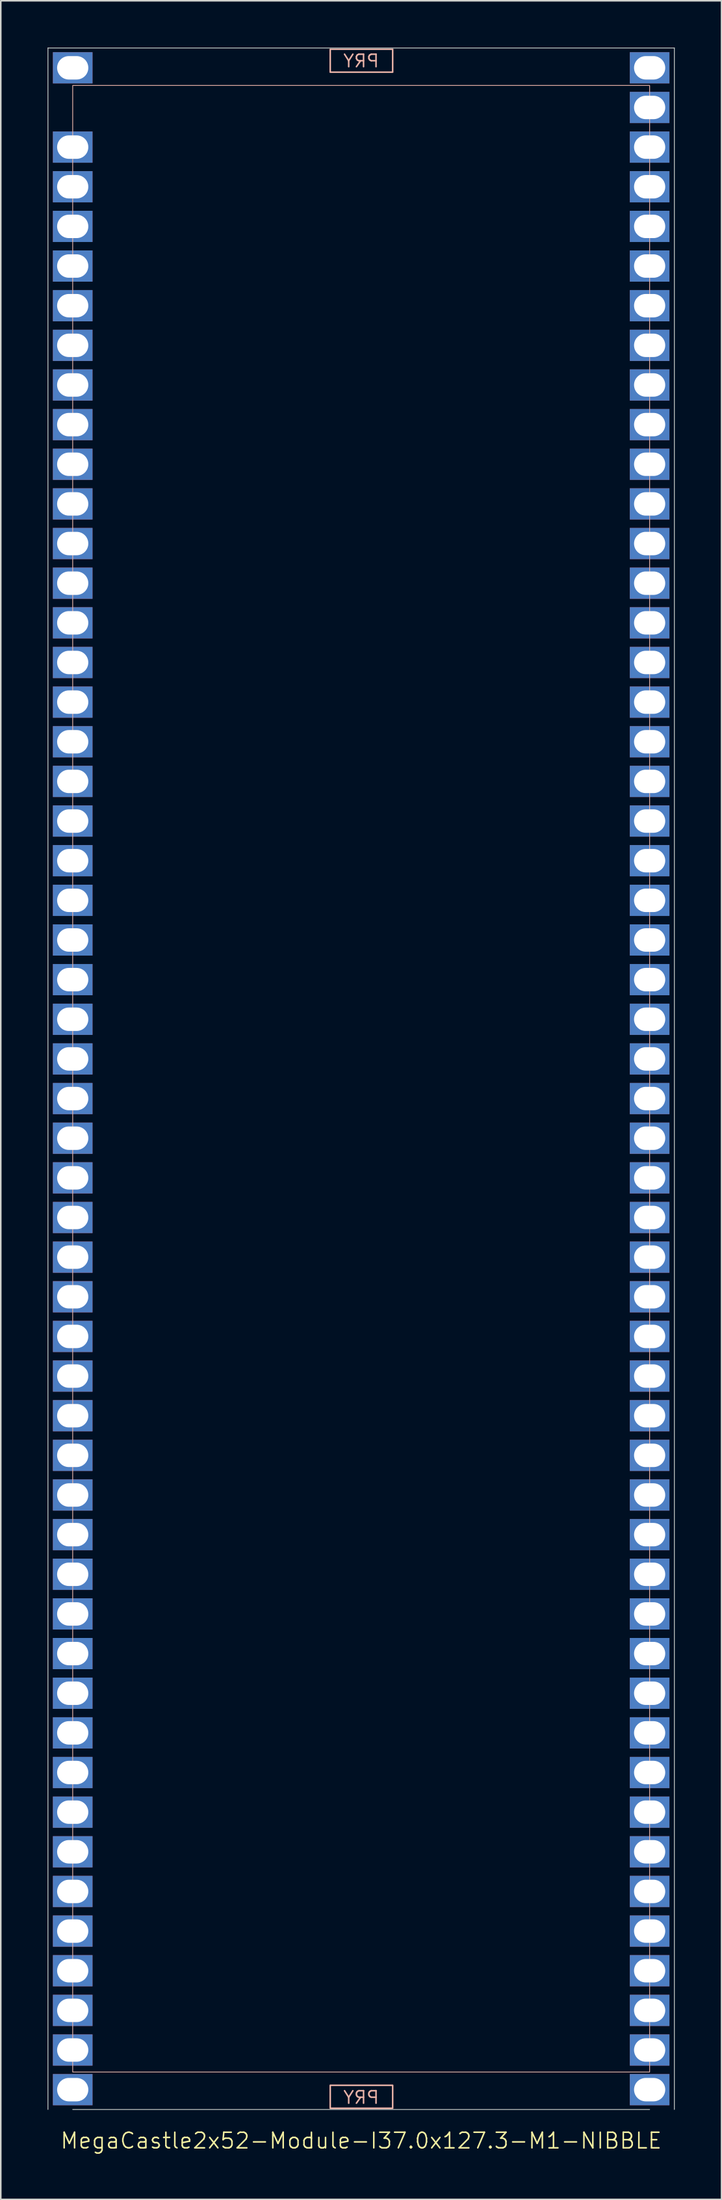
<source format=kicad_pcb>
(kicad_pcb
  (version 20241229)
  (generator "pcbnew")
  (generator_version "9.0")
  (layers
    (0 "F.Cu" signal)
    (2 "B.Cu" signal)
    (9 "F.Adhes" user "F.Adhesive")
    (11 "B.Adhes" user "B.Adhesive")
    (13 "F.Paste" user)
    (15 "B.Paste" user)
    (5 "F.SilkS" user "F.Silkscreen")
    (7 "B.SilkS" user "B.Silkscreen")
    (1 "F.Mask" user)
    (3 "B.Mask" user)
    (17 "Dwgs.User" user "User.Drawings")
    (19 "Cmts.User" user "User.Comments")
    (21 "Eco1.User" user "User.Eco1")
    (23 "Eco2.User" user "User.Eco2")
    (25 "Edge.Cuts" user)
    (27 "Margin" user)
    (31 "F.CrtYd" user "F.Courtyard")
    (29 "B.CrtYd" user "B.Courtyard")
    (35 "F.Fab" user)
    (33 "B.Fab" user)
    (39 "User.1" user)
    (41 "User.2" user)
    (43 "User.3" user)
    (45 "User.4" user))
  (footprint "MegaCastle2x52-Module-I37.0x127.3-M1-NIBBLE"
    (layer "F.Cu")
    (at 20.113 66.065)
    (property "Reference" "MegaCastle2x52-Module-I37.0x127.3-M1-NIBBLE" (at 0 68.04 0) (unlocked yes) (layer "F.SilkS") (effects (font (size 1 1) (thickness 0.1))))
    (attr smd)
    (fp_rect (start -18.5 63.64) (end 18.5 -63.64) (stroke (width 0.05) (type default)) (fill no) (layer "B.SilkS"))
    (fp_rect (start -1.984 -64.491) (end 2.02 -65.96) (stroke (width 0.1) (type default)) (fill no) (layer "B.SilkS"))
    (fp_rect (start -1.984 64.491) (end 2.02 65.96) (stroke (width 0.1) (type default)) (fill no) (layer "B.SilkS"))
    (fp_line (start -20.087 -66.04) (end -20.087 66.04) (stroke (width 0.05) (type default)) (layer "Edge.Cuts"))
    (fp_line (start -20.087 -66.04) (end 20.087 -66.04) (stroke (width 0.05) (type default)) (layer "Edge.Cuts"))
    (fp_line (start -18.5 66.04) (end 18.5 66.04) (stroke (width 0.05) (type default)) (layer "Edge.Cuts"))
    (fp_line (start 20.087 -66.04) (end 20.087 66.04) (stroke (width 0.05) (type default)) (layer "Edge.Cuts"))
    (fp_text user "PRY" (at 0 65.74 0) (unlocked yes) (layer "B.SilkS") (effects (font (size 0.8 0.8) (thickness 0.1)) (justify bottom mirror)))
    (fp_text user "PRY" (at 0 -64.74 0) (unlocked yes) (layer "B.SilkS") (effects (font (size 0.8 0.8) (thickness 0.1)) (justify bottom mirror)))
    (pad "1" thru_hole rect (at -18.5 -64.77) (size 2.54 2) (drill oval 2 1.5) (property pad_prop_castellated) (layers "*.Cu" "*.Mask"))
    (pad "3" thru_hole rect (at -18.5 -59.69) (size 2.54 2) (drill oval 2 1.5) (property pad_prop_castellated) (layers "*.Cu" "*.Mask"))
    (pad "4" thru_hole rect (at -18.5 -57.15) (size 2.54 2) (drill oval 2 1.5) (property pad_prop_castellated) (layers "*.Cu" "*.Mask"))
    (pad "5" thru_hole rect (at -18.5 -54.61) (size 2.54 2) (drill oval 2 1.5) (property pad_prop_castellated) (layers "*.Cu" "*.Mask"))
    (pad "6" thru_hole rect (at -18.5 -52.07) (size 2.54 2) (drill oval 2 1.5) (property pad_prop_castellated) (layers "*.Cu" "*.Mask"))
    (pad "7" thru_hole rect (at -18.5 -49.53) (size 2.54 2) (drill oval 2 1.5) (property pad_prop_castellated) (layers "*.Cu" "*.Mask"))
    (pad "8" thru_hole rect (at -18.5 -46.99) (size 2.54 2) (drill oval 2 1.5) (property pad_prop_castellated) (layers "*.Cu" "*.Mask"))
    (pad "9" thru_hole rect (at -18.5 -44.45) (size 2.54 2) (drill oval 2 1.5) (property pad_prop_castellated) (layers "*.Cu" "*.Mask"))
    (pad "10" thru_hole rect (at -18.5 -41.91) (size 2.54 2) (drill oval 2 1.5) (property pad_prop_castellated) (layers "*.Cu" "*.Mask"))
    (pad "11" thru_hole rect (at -18.5 -39.37) (size 2.54 2) (drill oval 2 1.5) (property pad_prop_castellated) (layers "*.Cu" "*.Mask"))
    (pad "12" thru_hole rect (at -18.5 -36.83) (size 2.54 2) (drill oval 2 1.5) (property pad_prop_castellated) (layers "*.Cu" "*.Mask"))
    (pad "13" thru_hole rect (at -18.5 -34.29) (size 2.54 2) (drill oval 2 1.5) (property pad_prop_castellated) (layers "*.Cu" "*.Mask"))
    (pad "14" thru_hole rect (at -18.5 -31.75) (size 2.54 2) (drill oval 2 1.5) (property pad_prop_castellated) (layers "*.Cu" "*.Mask"))
    (pad "15" thru_hole rect (at -18.5 -29.21) (size 2.54 2) (drill oval 2 1.5) (property pad_prop_castellated) (layers "*.Cu" "*.Mask"))
    (pad "16" thru_hole rect (at -18.5 -26.67) (size 2.54 2) (drill oval 2 1.5) (property pad_prop_castellated) (layers "*.Cu" "*.Mask"))
    (pad "17" thru_hole rect (at -18.5 -24.13) (size 2.54 2) (drill oval 2 1.5) (property pad_prop_castellated) (layers "*.Cu" "*.Mask"))
    (pad "18" thru_hole rect (at -18.5 -21.59) (size 2.54 2) (drill oval 2 1.5) (property pad_prop_castellated) (layers "*.Cu" "*.Mask"))
    (pad "19" thru_hole rect (at -18.5 -19.05) (size 2.54 2) (drill oval 2 1.5) (property pad_prop_castellated) (layers "*.Cu" "*.Mask"))
    (pad "20" thru_hole rect (at -18.5 -16.51) (size 2.54 2) (drill oval 2 1.5) (property pad_prop_castellated) (layers "*.Cu" "*.Mask"))
    (pad "21" thru_hole rect (at -18.5 -13.97) (size 2.54 2) (drill oval 2 1.5) (property pad_prop_castellated) (layers "*.Cu" "*.Mask"))
    (pad "22" thru_hole rect (at -18.5 -11.43) (size 2.54 2) (drill oval 2 1.5) (property pad_prop_castellated) (layers "*.Cu" "*.Mask"))
    (pad "23" thru_hole rect (at -18.5 -8.89) (size 2.54 2) (drill oval 2 1.5) (property pad_prop_castellated) (layers "*.Cu" "*.Mask"))
    (pad "24" thru_hole rect (at -18.5 -6.35) (size 2.54 2) (drill oval 2 1.5) (property pad_prop_castellated) (layers "*.Cu" "*.Mask"))
    (pad "25" thru_hole rect (at -18.5 -3.81) (size 2.54 2) (drill oval 2 1.5) (property pad_prop_castellated) (layers "*.Cu" "*.Mask"))
    (pad "26" thru_hole rect (at -18.5 -1.27) (size 2.54 2) (drill oval 2 1.5) (property pad_prop_castellated) (layers "*.Cu" "*.Mask"))
    (pad "27" thru_hole rect (at -18.5 1.27) (size 2.54 2) (drill oval 2 1.5) (property pad_prop_castellated) (layers "*.Cu" "*.Mask"))
    (pad "28" thru_hole rect (at -18.5 3.81) (size 2.54 2) (drill oval 2 1.5) (property pad_prop_castellated) (layers "*.Cu" "*.Mask"))
    (pad "29" thru_hole rect (at -18.5 6.35) (size 2.54 2) (drill oval 2 1.5) (property pad_prop_castellated) (layers "*.Cu" "*.Mask"))
    (pad "30" thru_hole rect (at -18.5 8.89) (size 2.54 2) (drill oval 2 1.5) (property pad_prop_castellated) (layers "*.Cu" "*.Mask"))
    (pad "31" thru_hole rect (at -18.5 11.43) (size 2.54 2) (drill oval 2 1.5) (property pad_prop_castellated) (layers "*.Cu" "*.Mask"))
    (pad "32" thru_hole rect (at -18.5 13.97) (size 2.54 2) (drill oval 2 1.5) (property pad_prop_castellated) (layers "*.Cu" "*.Mask"))
    (pad "33" thru_hole rect (at -18.5 16.51) (size 2.54 2) (drill oval 2 1.5) (property pad_prop_castellated) (layers "*.Cu" "*.Mask"))
    (pad "34" thru_hole rect (at -18.5 19.05) (size 2.54 2) (drill oval 2 1.5) (property pad_prop_castellated) (layers "*.Cu" "*.Mask"))
    (pad "35" thru_hole rect (at -18.5 21.59) (size 2.54 2) (drill oval 2 1.5) (property pad_prop_castellated) (layers "*.Cu" "*.Mask"))
    (pad "36" thru_hole rect (at -18.5 24.13) (size 2.54 2) (drill oval 2 1.5) (property pad_prop_castellated) (layers "*.Cu" "*.Mask"))
    (pad "37" thru_hole rect (at -18.5 26.67) (size 2.54 2) (drill oval 2 1.5) (property pad_prop_castellated) (layers "*.Cu" "*.Mask"))
    (pad "38" thru_hole rect (at -18.5 29.21) (size 2.54 2) (drill oval 2 1.5) (property pad_prop_castellated) (layers "*.Cu" "*.Mask"))
    (pad "39" thru_hole rect (at -18.5 31.75) (size 2.54 2) (drill oval 2 1.5) (property pad_prop_castellated) (layers "*.Cu" "*.Mask"))
    (pad "40" thru_hole rect (at -18.5 34.29) (size 2.54 2) (drill oval 2 1.5) (property pad_prop_castellated) (layers "*.Cu" "*.Mask"))
    (pad "41" thru_hole rect (at -18.5 36.83) (size 2.54 2) (drill oval 2 1.5) (property pad_prop_castellated) (layers "*.Cu" "*.Mask"))
    (pad "42" thru_hole rect (at -18.5 39.37) (size 2.54 2) (drill oval 2 1.5) (property pad_prop_castellated) (layers "*.Cu" "*.Mask"))
    (pad "43" thru_hole rect (at -18.5 41.91) (size 2.54 2) (drill oval 2 1.5) (property pad_prop_castellated) (layers "*.Cu" "*.Mask"))
    (pad "44" thru_hole rect (at -18.5 44.45) (size 2.54 2) (drill oval 2 1.5) (property pad_prop_castellated) (layers "*.Cu" "*.Mask"))
    (pad "45" thru_hole rect (at -18.5 46.99) (size 2.54 2) (drill oval 2 1.5) (property pad_prop_castellated) (layers "*.Cu" "*.Mask"))
    (pad "46" thru_hole rect (at -18.5 49.53) (size 2.54 2) (drill oval 2 1.5) (property pad_prop_castellated) (layers "*.Cu" "*.Mask"))
    (pad "47" thru_hole rect (at -18.5 52.07) (size 2.54 2) (drill oval 2 1.5) (property pad_prop_castellated) (layers "*.Cu" "*.Mask"))
    (pad "48" thru_hole rect (at -18.5 54.61) (size 2.54 2) (drill oval 2 1.5) (property pad_prop_castellated) (layers "*.Cu" "*.Mask"))
    (pad "49" thru_hole rect (at -18.5 57.15) (size 2.54 2) (drill oval 2 1.5) (property pad_prop_castellated) (layers "*.Cu" "*.Mask"))
    (pad "50" thru_hole rect (at -18.5 59.69) (size 2.54 2) (drill oval 2 1.5) (property pad_prop_castellated) (layers "*.Cu" "*.Mask"))
    (pad "51" thru_hole rect (at -18.5 62.23) (size 2.54 2) (drill oval 2 1.5) (property pad_prop_castellated) (layers "*.Cu" "*.Mask"))
    (pad "52" thru_hole rect (at -18.5 64.77) (size 2.54 2) (drill oval 2 1.5) (property pad_prop_castellated) (layers "*.Cu" "*.Mask"))
    (pad "53" thru_hole rect (at 18.5 -64.77) (size 2.54 2) (drill oval 2 1.5) (property pad_prop_castellated) (layers "*.Cu" "*.Mask"))
    (pad "54" thru_hole rect (at 18.5 -62.23) (size 2.54 2) (drill oval 2 1.5) (property pad_prop_castellated) (layers "*.Cu" "*.Mask"))
    (pad "55" thru_hole rect (at 18.5 -59.69) (size 2.54 2) (drill oval 2 1.5) (property pad_prop_castellated) (layers "*.Cu" "*.Mask"))
    (pad "56" thru_hole rect (at 18.5 -57.15) (size 2.54 2) (drill oval 2 1.5) (property pad_prop_castellated) (layers "*.Cu" "*.Mask"))
    (pad "57" thru_hole rect (at 18.5 -54.61) (size 2.54 2) (drill oval 2 1.5) (property pad_prop_castellated) (layers "*.Cu" "*.Mask"))
    (pad "58" thru_hole rect (at 18.5 -52.07) (size 2.54 2) (drill oval 2 1.5) (property pad_prop_castellated) (layers "*.Cu" "*.Mask"))
    (pad "59" thru_hole rect (at 18.5 -49.53) (size 2.54 2) (drill oval 2 1.5) (property pad_prop_castellated) (layers "*.Cu" "*.Mask"))
    (pad "60" thru_hole rect (at 18.5 -46.99) (size 2.54 2) (drill oval 2 1.5) (property pad_prop_castellated) (layers "*.Cu" "*.Mask"))
    (pad "61" thru_hole rect (at 18.5 -44.45) (size 2.54 2) (drill oval 2 1.5) (property pad_prop_castellated) (layers "*.Cu" "*.Mask"))
    (pad "62" thru_hole rect (at 18.5 -41.91) (size 2.54 2) (drill oval 2 1.5) (property pad_prop_castellated) (layers "*.Cu" "*.Mask"))
    (pad "63" thru_hole rect (at 18.5 -39.37) (size 2.54 2) (drill oval 2 1.5) (property pad_prop_castellated) (layers "*.Cu" "*.Mask"))
    (pad "64" thru_hole rect (at 18.5 -36.83) (size 2.54 2) (drill oval 2 1.5) (property pad_prop_castellated) (layers "*.Cu" "*.Mask"))
    (pad "65" thru_hole rect (at 18.5 -34.29) (size 2.54 2) (drill oval 2 1.5) (property pad_prop_castellated) (layers "*.Cu" "*.Mask"))
    (pad "66" thru_hole rect (at 18.5 -31.75) (size 2.54 2) (drill oval 2 1.5) (property pad_prop_castellated) (layers "*.Cu" "*.Mask"))
    (pad "67" thru_hole rect (at 18.5 -29.21) (size 2.54 2) (drill oval 2 1.5) (property pad_prop_castellated) (layers "*.Cu" "*.Mask"))
    (pad "68" thru_hole rect (at 18.5 -26.67) (size 2.54 2) (drill oval 2 1.5) (property pad_prop_castellated) (layers "*.Cu" "*.Mask"))
    (pad "69" thru_hole rect (at 18.5 -24.13) (size 2.54 2) (drill oval 2 1.5) (property pad_prop_castellated) (layers "*.Cu" "*.Mask"))
    (pad "70" thru_hole rect (at 18.5 -21.59) (size 2.54 2) (drill oval 2 1.5) (property pad_prop_castellated) (layers "*.Cu" "*.Mask"))
    (pad "71" thru_hole rect (at 18.5 -19.05) (size 2.54 2) (drill oval 2 1.5) (property pad_prop_castellated) (layers "*.Cu" "*.Mask"))
    (pad "72" thru_hole rect (at 18.5 -16.51) (size 2.54 2) (drill oval 2 1.5) (property pad_prop_castellated) (layers "*.Cu" "*.Mask"))
    (pad "73" thru_hole rect (at 18.5 -13.97) (size 2.54 2) (drill oval 2 1.5) (property pad_prop_castellated) (layers "*.Cu" "*.Mask"))
    (pad "74" thru_hole rect (at 18.5 -11.43) (size 2.54 2) (drill oval 2 1.5) (property pad_prop_castellated) (layers "*.Cu" "*.Mask"))
    (pad "75" thru_hole rect (at 18.5 -8.89) (size 2.54 2) (drill oval 2 1.5) (property pad_prop_castellated) (layers "*.Cu" "*.Mask"))
    (pad "76" thru_hole rect (at 18.5 -6.35) (size 2.54 2) (drill oval 2 1.5) (property pad_prop_castellated) (layers "*.Cu" "*.Mask"))
    (pad "77" thru_hole rect (at 18.5 -3.81) (size 2.54 2) (drill oval 2 1.5) (property pad_prop_castellated) (layers "*.Cu" "*.Mask"))
    (pad "78" thru_hole rect (at 18.5 -1.27) (size 2.54 2) (drill oval 2 1.5) (property pad_prop_castellated) (layers "*.Cu" "*.Mask"))
    (pad "79" thru_hole rect (at 18.5 1.27) (size 2.54 2) (drill oval 2 1.5) (property pad_prop_castellated) (layers "*.Cu" "*.Mask"))
    (pad "80" thru_hole rect (at 18.5 3.81) (size 2.54 2) (drill oval 2 1.5) (property pad_prop_castellated) (layers "*.Cu" "*.Mask"))
    (pad "81" thru_hole rect (at 18.5 6.35) (size 2.54 2) (drill oval 2 1.5) (property pad_prop_castellated) (layers "*.Cu" "*.Mask"))
    (pad "82" thru_hole rect (at 18.5 8.89) (size 2.54 2) (drill oval 2 1.5) (property pad_prop_castellated) (layers "*.Cu" "*.Mask"))
    (pad "83" thru_hole rect (at 18.5 11.43) (size 2.54 2) (drill oval 2 1.5) (property pad_prop_castellated) (layers "*.Cu" "*.Mask"))
    (pad "84" thru_hole rect (at 18.5 13.97) (size 2.54 2) (drill oval 2 1.5) (property pad_prop_castellated) (layers "*.Cu" "*.Mask"))
    (pad "85" thru_hole rect (at 18.5 16.51) (size 2.54 2) (drill oval 2 1.5) (property pad_prop_castellated) (layers "*.Cu" "*.Mask"))
    (pad "86" thru_hole rect (at 18.5 19.05) (size 2.54 2) (drill oval 2 1.5) (property pad_prop_castellated) (layers "*.Cu" "*.Mask"))
    (pad "87" thru_hole rect (at 18.5 21.59) (size 2.54 2) (drill oval 2 1.5) (property pad_prop_castellated) (layers "*.Cu" "*.Mask"))
    (pad "88" thru_hole rect (at 18.5 24.13) (size 2.54 2) (drill oval 2 1.5) (property pad_prop_castellated) (layers "*.Cu" "*.Mask"))
    (pad "89" thru_hole rect (at 18.5 26.67) (size 2.54 2) (drill oval 2 1.5) (property pad_prop_castellated) (layers "*.Cu" "*.Mask"))
    (pad "90" thru_hole rect (at 18.5 29.21) (size 2.54 2) (drill oval 2 1.5) (property pad_prop_castellated) (layers "*.Cu" "*.Mask"))
    (pad "91" thru_hole rect (at 18.5 31.75) (size 2.54 2) (drill oval 2 1.5) (property pad_prop_castellated) (layers "*.Cu" "*.Mask"))
    (pad "92" thru_hole rect (at 18.5 34.29) (size 2.54 2) (drill oval 2 1.5) (property pad_prop_castellated) (layers "*.Cu" "*.Mask"))
    (pad "93" thru_hole rect (at 18.5 36.83) (size 2.54 2) (drill oval 2 1.5) (property pad_prop_castellated) (layers "*.Cu" "*.Mask"))
    (pad "94" thru_hole rect (at 18.5 39.37) (size 2.54 2) (drill oval 2 1.5) (property pad_prop_castellated) (layers "*.Cu" "*.Mask"))
    (pad "95" thru_hole rect (at 18.5 41.91) (size 2.54 2) (drill oval 2 1.5) (property pad_prop_castellated) (layers "*.Cu" "*.Mask"))
    (pad "96" thru_hole rect (at 18.5 44.45) (size 2.54 2) (drill oval 2 1.5) (property pad_prop_castellated) (layers "*.Cu" "*.Mask"))
    (pad "97" thru_hole rect (at 18.5 46.99) (size 2.54 2) (drill oval 2 1.5) (property pad_prop_castellated) (layers "*.Cu" "*.Mask"))
    (pad "98" thru_hole rect (at 18.5 49.53) (size 2.54 2) (drill oval 2 1.5) (property pad_prop_castellated) (layers "*.Cu" "*.Mask"))
    (pad "99" thru_hole rect (at 18.5 52.07) (size 2.54 2) (drill oval 2 1.5) (property pad_prop_castellated) (layers "*.Cu" "*.Mask"))
    (pad "100" thru_hole rect (at 18.5 54.61) (size 2.54 2) (drill oval 2 1.5) (property pad_prop_castellated) (layers "*.Cu" "*.Mask"))
    (pad "101" thru_hole rect (at 18.5 57.15) (size 2.54 2) (drill oval 2 1.5) (property pad_prop_castellated) (layers "*.Cu" "*.Mask"))
    (pad "102" thru_hole rect (at 18.5 59.69) (size 2.54 2) (drill oval 2 1.5) (property pad_prop_castellated) (layers "*.Cu" "*.Mask"))
    (pad "103" thru_hole rect (at 18.5 62.23) (size 2.54 2) (drill oval 2 1.5) (property pad_prop_castellated) (layers "*.Cu" "*.Mask"))
    (pad "104" thru_hole rect (at 18.5 64.77) (size 2.54 2) (drill oval 2 1.5) (property pad_prop_castellated) (layers "*.Cu" "*.Mask"))
    (zone (net_name "") (layer "B.Cu") (hatch edge 0.5) (connect_pads) (min_thickness 0.25) (filled_areas_thickness no) (keepout (tracks allowed) (vias allowed) (pads allowed) (copperpour allowed) (footprints not_allowed)) (placement (enabled no)) (fill) (polygon (pts (xy 1.613 132.105) (xy 1.613 0.025))))
    (zone (net_name "") (layer "B.Cu") (hatch edge 0.5) (connect_pads) (min_thickness 0.25) (filled_areas_thickness no) (keepout (tracks allowed) (vias allowed) (pads allowed) (copperpour allowed) (footprints not_allowed)) (placement (enabled no)) (fill) (polygon (pts (xy 38.612 132.105) (xy 38.612 0.025))))
    (zone (net_name "") (layer "B.Cu") (hatch edge 0.5) (connect_pads) (min_thickness 0.25) (filled_areas_thickness no) (keepout (tracks allowed) (vias allowed) (pads allowed) (copperpour allowed) (footprints not_allowed)) (placement (enabled no)) (fill) (polygon (pts (xy 1.613 0.025) (xy 1.613 2.425) (xy 38.612 2.425) (xy 38.612 0.025))))
    (zone (net_name "") (layer "B.Cu") (hatch edge 0.5) (connect_pads) (min_thickness 0.25) (filled_areas_thickness no) (keepout (tracks allowed) (vias allowed) (pads allowed) (copperpour allowed) (footprints not_allowed)) (placement (enabled no)) (fill) (polygon (pts (xy 1.613 132.105) (xy 1.613 129.705) (xy 38.612 129.705) (xy 38.612 132.105))))
    (zone (net_name "") (layer "B.Cu") (name "Upper Pry Zone") (hatch edge 0.5) (connect_pads) (min_thickness 0.25) (filled_areas_thickness no) (keepout (tracks not_allowed) (vias not_allowed) (pads not_allowed) (copperpour allowed) (footprints not_allowed)) (placement (enabled no)) (fill) (polygon (pts (xy 18.128 1.574) (xy 18.128 0.105) (xy 22.132 0.105) (xy 22.132 1.574))))
    (zone (net_name "") (layer "B.Cu") (name "Upper Pry Zone") (hatch edge 0.5) (connect_pads) (min_thickness 0.25) (filled_areas_thickness no) (keepout (tracks not_allowed) (vias not_allowed) (pads not_allowed) (copperpour allowed) (footprints not_allowed)) (placement (enabled no)) (fill) (polygon (pts (xy 18.128 130.556) (xy 18.128 132.025) (xy 22.132 132.025) (xy 22.132 130.556)))))
  (gr_rect
    (start -3 -3)
    (end 43.225 137.866)
    (stroke (width 0.1) (type default))
    (fill no)
    (layer "Edge.Cuts")))
</source>
